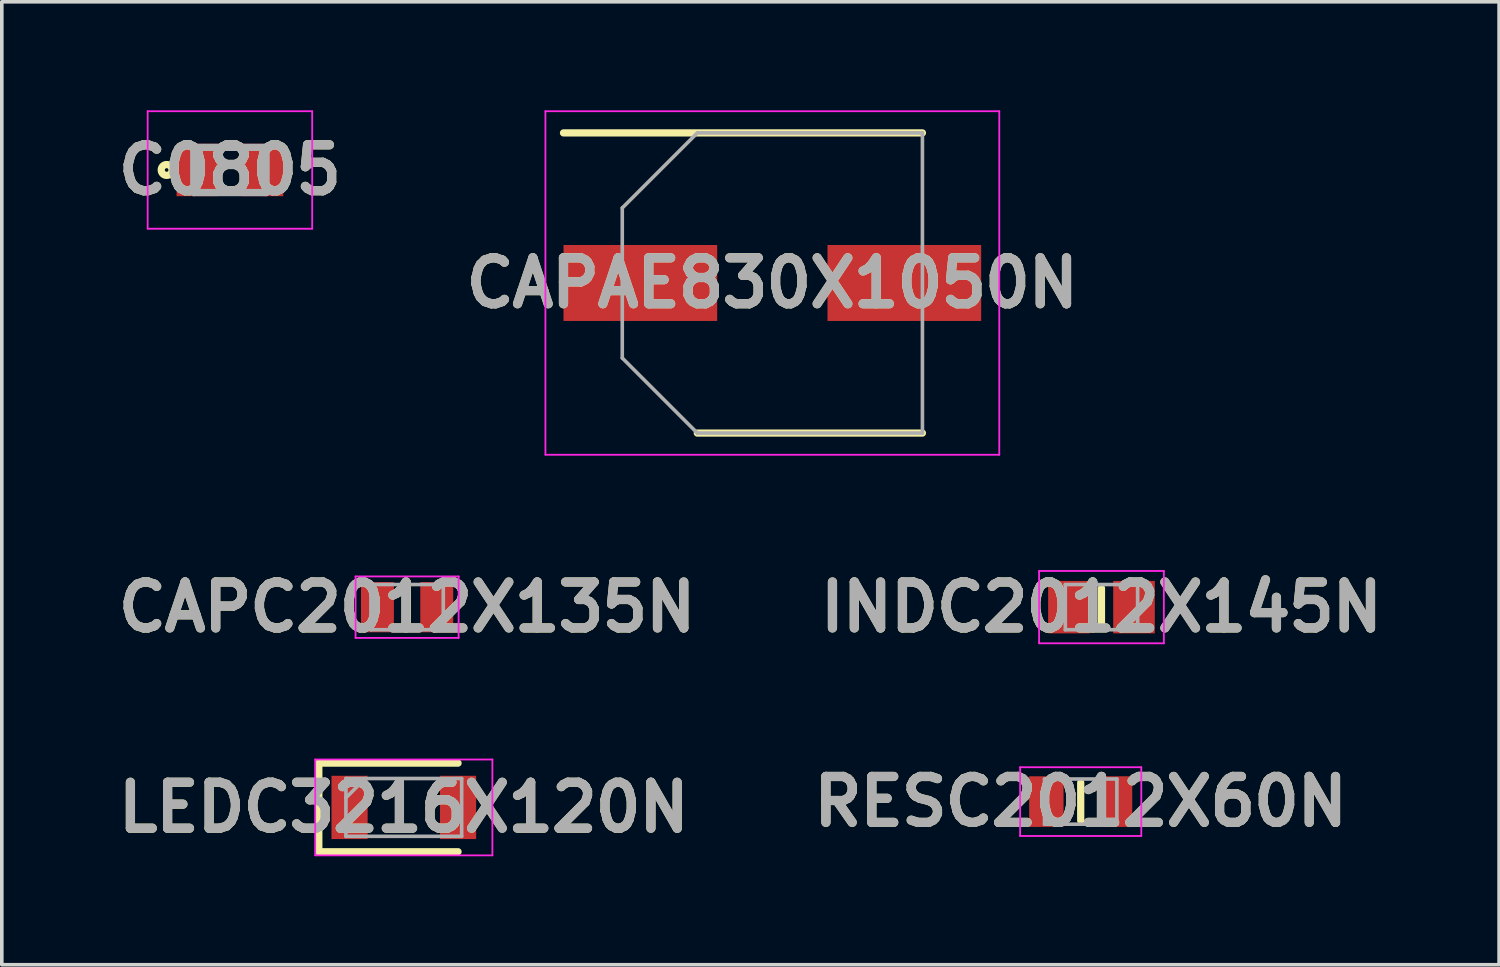
<source format=kicad_pcb>
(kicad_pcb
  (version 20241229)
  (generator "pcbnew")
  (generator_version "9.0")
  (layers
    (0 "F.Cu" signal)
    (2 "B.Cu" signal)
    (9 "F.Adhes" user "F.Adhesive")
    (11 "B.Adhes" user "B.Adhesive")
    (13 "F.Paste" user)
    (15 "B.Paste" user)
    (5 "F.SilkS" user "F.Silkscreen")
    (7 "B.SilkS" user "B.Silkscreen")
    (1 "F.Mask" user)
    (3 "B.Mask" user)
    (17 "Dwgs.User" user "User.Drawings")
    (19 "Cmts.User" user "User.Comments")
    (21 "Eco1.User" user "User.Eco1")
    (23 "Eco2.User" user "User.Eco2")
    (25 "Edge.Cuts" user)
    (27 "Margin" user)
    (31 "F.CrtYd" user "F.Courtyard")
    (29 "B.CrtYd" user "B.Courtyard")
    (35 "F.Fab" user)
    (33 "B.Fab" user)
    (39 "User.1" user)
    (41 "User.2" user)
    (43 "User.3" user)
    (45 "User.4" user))
  (footprint "CAPC2012X135N"
    (layer "F.Cu")
    (at 8.207 13.739)
    (property "Reference" "CAPC2012X135N" (at 0 0 0) (layer "F.SilkS") (effects (font (size 1.27 1.27) (thickness 0.254))))
    (attr smd)
    (fp_line (start 0 -0.525) (end 0 0.525) (stroke (width 0.2) (type solid)) (layer "F.SilkS"))
    (fp_line (start -1.425 -0.85) (end 1.425 -0.85) (stroke (width 0.05) (type solid)) (layer "F.CrtYd"))
    (fp_line (start -1.425 0.85) (end -1.425 -0.85) (stroke (width 0.05) (type solid)) (layer "F.CrtYd"))
    (fp_line (start 1.425 -0.85) (end 1.425 0.85) (stroke (width 0.05) (type solid)) (layer "F.CrtYd"))
    (fp_line (start 1.425 0.85) (end -1.425 0.85) (stroke (width 0.05) (type solid)) (layer "F.CrtYd"))
    (fp_line (start -1 -0.625) (end 1 -0.625) (stroke (width 0.1) (type solid)) (layer "F.Fab"))
    (fp_line (start -1 0.625) (end -1 -0.625) (stroke (width 0.1) (type solid)) (layer "F.Fab"))
    (fp_line (start 1 -0.625) (end 1 0.625) (stroke (width 0.1) (type solid)) (layer "F.Fab"))
    (fp_line (start 1 0.625) (end -1 0.625) (stroke (width 0.1) (type solid)) (layer "F.Fab"))
    (fp_text user "${REFERENCE}" (at 0 0 0) (layer "F.Fab") (effects (font (size 1.27 1.27) (thickness 0.254))))
    (pad "1" smd rect (at -0.82 0) (size 0.91 1.39) (layers "F.Cu" "F.Mask" "F.Paste"))
    (pad "2" smd rect (at 0.82 0) (size 0.91 1.39) (layers "F.Cu" "F.Mask" "F.Paste")))
  (footprint "C0805"
    (layer "F.Cu")
    (at 3.308 1.65)
    (property "Reference" "C0805" (at 0 0 0) (layer "F.SilkS") (effects (font (size 1.27 1.27) (thickness 0.254))))
    (attr smd)
    (fp_circle (center -1.75 0) (end -1.75 0.05) (stroke (width 0.2) (type solid)) (fill no) (layer "F.SilkS"))
    (fp_line (start -2.275 -1.625) (end 2.275 -1.625) (stroke (width 0.05) (type solid)) (layer "F.CrtYd"))
    (fp_line (start -2.275 1.625) (end -2.275 -1.625) (stroke (width 0.05) (type solid)) (layer "F.CrtYd"))
    (fp_line (start 2.275 -1.625) (end 2.275 1.625) (stroke (width 0.05) (type solid)) (layer "F.CrtYd"))
    (fp_line (start 2.275 1.625) (end -2.275 1.625) (stroke (width 0.05) (type solid)) (layer "F.CrtYd"))
    (fp_line (start -1 -0.625) (end 1 -0.625) (stroke (width 0.2) (type solid)) (layer "F.Fab"))
    (fp_line (start -1 0.625) (end -1 -0.625) (stroke (width 0.2) (type solid)) (layer "F.Fab"))
    (fp_line (start 1 -0.625) (end 1 0.625) (stroke (width 0.2) (type solid)) (layer "F.Fab"))
    (fp_line (start 1 0.625) (end -1 0.625) (stroke (width 0.2) (type solid)) (layer "F.Fab"))
    (fp_text user "${REFERENCE}" (at 0 0 0) (layer "F.Fab") (effects (font (size 1.27 1.27) (thickness 0.254))))
    (pad "1" smd rect (at -0.9 0) (size 1.15 1.45) (layers "F.Cu" "F.Mask" "F.Paste"))
    (pad "2" smd rect (at 0.9 0) (size 1.15 1.45) (layers "F.Cu" "F.Mask" "F.Paste")))
  (footprint "RESC2012X60N"
    (layer "F.Cu")
    (at 26.834 19.116)
    (property "Reference" "RESC2012X60N" (at 0 0 0) (layer "F.SilkS") (effects (font (size 1.27 1.27) (thickness 0.254))))
    (attr smd)
    (fp_line (start 0 -0.525) (end 0 0.525) (stroke (width 0.2) (type solid)) (layer "F.SilkS"))
    (fp_line (start -1.675 -0.95) (end 1.675 -0.95) (stroke (width 0.05) (type solid)) (layer "F.CrtYd"))
    (fp_line (start -1.675 0.95) (end -1.675 -0.95) (stroke (width 0.05) (type solid)) (layer "F.CrtYd"))
    (fp_line (start 1.675 -0.95) (end 1.675 0.95) (stroke (width 0.05) (type solid)) (layer "F.CrtYd"))
    (fp_line (start 1.675 0.95) (end -1.675 0.95) (stroke (width 0.05) (type solid)) (layer "F.CrtYd"))
    (fp_line (start -1 -0.625) (end 1 -0.625) (stroke (width 0.1) (type solid)) (layer "F.Fab"))
    (fp_line (start -1 0.625) (end -1 -0.625) (stroke (width 0.1) (type solid)) (layer "F.Fab"))
    (fp_line (start 1 -0.625) (end 1 0.625) (stroke (width 0.1) (type solid)) (layer "F.Fab"))
    (fp_line (start 1 0.625) (end -1 0.625) (stroke (width 0.1) (type solid)) (layer "F.Fab"))
    (fp_text user "${REFERENCE}" (at 0 0 0) (layer "F.Fab") (effects (font (size 1.27 1.27) (thickness 0.254))))
    (pad "1" smd rect (at -0.95 0) (size 0.95 1.4) (layers "F.Cu" "F.Mask" "F.Paste"))
    (pad "2" smd rect (at 0.95 0) (size 0.95 1.4) (layers "F.Cu" "F.Mask" "F.Paste")))
  (footprint "CAPAE830X1050N"
    (layer "F.Cu")
    (at 18.307 4.775)
    (property "Reference" "CAPAE830X1050N" (at 0 0 0) (layer "F.SilkS") (effects (font (size 1.27 1.27) (thickness 0.254))))
    (attr smd)
    (fp_line (start -5.775 -4.15) (end 4.15 -4.15) (stroke (width 0.2) (type solid)) (layer "F.SilkS"))
    (fp_line (start -2.075 4.15) (end 4.15 4.15) (stroke (width 0.2) (type solid)) (layer "F.SilkS"))
    (fp_line (start -6.275 -4.75) (end 6.275 -4.75) (stroke (width 0.05) (type solid)) (layer "F.CrtYd"))
    (fp_line (start -6.275 4.75) (end -6.275 -4.75) (stroke (width 0.05) (type solid)) (layer "F.CrtYd"))
    (fp_line (start 6.275 -4.75) (end 6.275 4.75) (stroke (width 0.05) (type solid)) (layer "F.CrtYd"))
    (fp_line (start 6.275 4.75) (end -6.275 4.75) (stroke (width 0.05) (type solid)) (layer "F.CrtYd"))
    (fp_line (start -4.15 -2.075) (end -4.15 2.075) (stroke (width 0.1) (type solid)) (layer "F.Fab"))
    (fp_line (start -4.15 2.075) (end -2.075 4.15) (stroke (width 0.1) (type solid)) (layer "F.Fab"))
    (fp_line (start -2.075 -4.15) (end -4.15 -2.075) (stroke (width 0.1) (type solid)) (layer "F.Fab"))
    (fp_line (start -2.075 4.15) (end 4.15 4.15) (stroke (width 0.1) (type solid)) (layer "F.Fab"))
    (fp_line (start 4.15 -4.15) (end -2.075 -4.15) (stroke (width 0.1) (type solid)) (layer "F.Fab"))
    (fp_line (start 4.15 4.15) (end 4.15 -4.15) (stroke (width 0.1) (type solid)) (layer "F.Fab"))
    (fp_text user "${REFERENCE}" (at 0 0 0) (layer "F.Fab") (effects (font (size 1.27 1.27) (thickness 0.254))))
    (pad "1" smd rect (at -3.65 0 90) (size 2.1 4.25) (layers "F.Cu" "F.Mask" "F.Paste"))
    (pad "2" smd rect (at 3.65 0 90) (size 2.1 4.25) (layers "F.Cu" "F.Mask" "F.Paste")))
  (footprint "LEDC3216X120N"
    (layer "F.Cu")
    (at 8.116 19.277)
    (property "Reference" "LEDC3216X120N" (at 0 0 0) (layer "F.SilkS") (effects (font (size 1.27 1.27) (thickness 0.254))))
    (attr smd)
    (fp_line (start -2.35 -1.225) (end -2.35 1.225) (stroke (width 0.2) (type solid)) (layer "F.SilkS"))
    (fp_line (start -2.35 1.225) (end 1.5 1.225) (stroke (width 0.2) (type solid)) (layer "F.SilkS"))
    (fp_line (start 1.5 -1.225) (end -2.35 -1.225) (stroke (width 0.2) (type solid)) (layer "F.SilkS"))
    (fp_line (start -2.45 -1.325) (end 2.45 -1.325) (stroke (width 0.05) (type solid)) (layer "F.CrtYd"))
    (fp_line (start -2.45 1.325) (end -2.45 -1.325) (stroke (width 0.05) (type solid)) (layer "F.CrtYd"))
    (fp_line (start 2.45 -1.325) (end 2.45 1.325) (stroke (width 0.05) (type solid)) (layer "F.CrtYd"))
    (fp_line (start 2.45 1.325) (end -2.45 1.325) (stroke (width 0.05) (type solid)) (layer "F.CrtYd"))
    (fp_line (start -1.6 -0.8) (end 1.6 -0.8) (stroke (width 0.1) (type solid)) (layer "F.Fab"))
    (fp_line (start -1.6 -0.267) (end -1.067 -0.8) (stroke (width 0.1) (type solid)) (layer "F.Fab"))
    (fp_line (start -1.6 0.8) (end -1.6 -0.8) (stroke (width 0.1) (type solid)) (layer "F.Fab"))
    (fp_line (start 1.6 -0.8) (end 1.6 0.8) (stroke (width 0.1) (type solid)) (layer "F.Fab"))
    (fp_line (start 1.6 0.8) (end -1.6 0.8) (stroke (width 0.1) (type solid)) (layer "F.Fab"))
    (fp_text user "${REFERENCE}" (at 0 0 0) (layer "F.Fab") (effects (font (size 1.27 1.27) (thickness 0.254))))
    (pad "1" smd rect (at -1.5 0) (size 1 1.75) (layers "F.Cu" "F.Mask" "F.Paste"))
    (pad "2" smd rect (at 1.5 0) (size 1 1.75) (layers "F.Cu" "F.Mask" "F.Paste")))
  (footprint "INDC2012X145N"
    (layer "F.Cu")
    (at 27.408 13.739)
    (property "Reference" "INDC2012X145N" (at 0 0 0) (layer "F.SilkS") (effects (font (size 1.27 1.27) (thickness 0.254))))
    (attr smd)
    (fp_line (start 0 -0.525) (end 0 0.525) (stroke (width 0.2) (type solid)) (layer "F.SilkS"))
    (fp_line (start -1.725 -1) (end 1.725 -1) (stroke (width 0.05) (type solid)) (layer "F.CrtYd"))
    (fp_line (start -1.725 1) (end -1.725 -1) (stroke (width 0.05) (type solid)) (layer "F.CrtYd"))
    (fp_line (start 1.725 -1) (end 1.725 1) (stroke (width 0.05) (type solid)) (layer "F.CrtYd"))
    (fp_line (start 1.725 1) (end -1.725 1) (stroke (width 0.05) (type solid)) (layer "F.CrtYd"))
    (fp_line (start -1 -0.625) (end 1 -0.625) (stroke (width 0.1) (type solid)) (layer "F.Fab"))
    (fp_line (start -1 0.625) (end -1 -0.625) (stroke (width 0.1) (type solid)) (layer "F.Fab"))
    (fp_line (start 1 -0.625) (end 1 0.625) (stroke (width 0.1) (type solid)) (layer "F.Fab"))
    (fp_line (start 1 0.625) (end -1 0.625) (stroke (width 0.1) (type solid)) (layer "F.Fab"))
    (fp_text user "${REFERENCE}" (at 0 0 0) (layer "F.Fab") (effects (font (size 1.27 1.27) (thickness 0.254))))
    (pad "1" smd rect (at -0.9 0) (size 1.15 1.45) (layers "F.Cu" "F.Mask" "F.Paste"))
    (pad "2" smd rect (at 0.9 0) (size 1.15 1.45) (layers "F.Cu" "F.Mask" "F.Paste")))
  (gr_rect
    (start -3 -3)
    (end 38.403 23.627)
    (stroke (width 0.1) (type default))
    (fill no)
    (layer "Edge.Cuts")))
</source>
